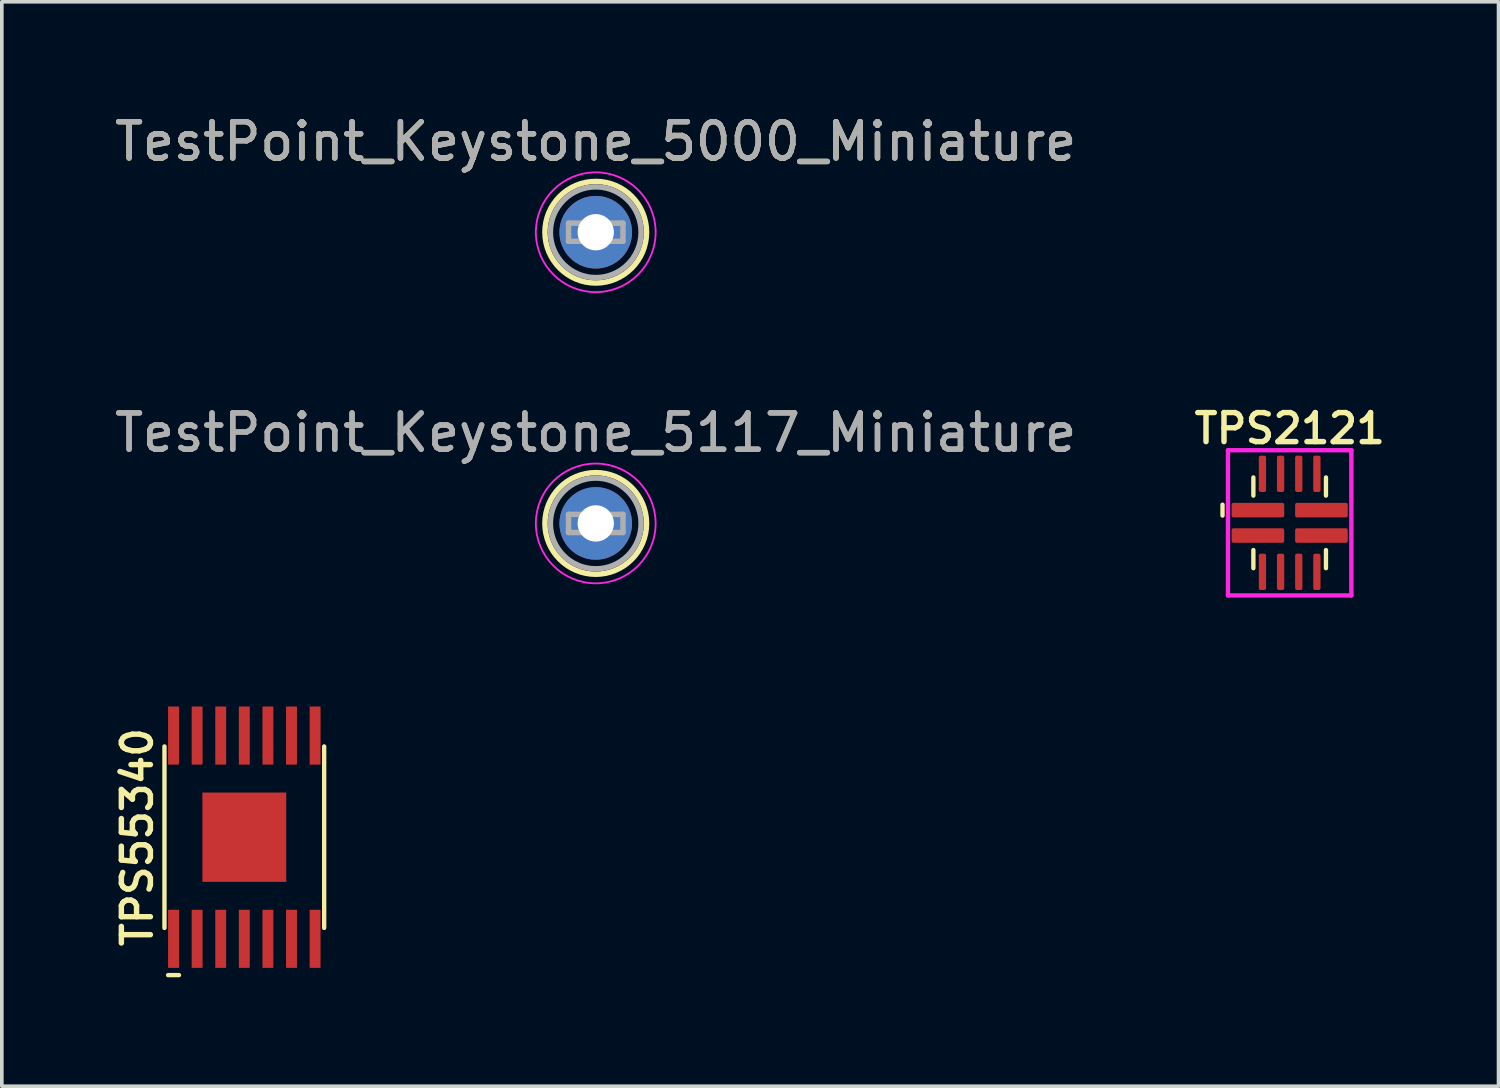
<source format=kicad_pcb>
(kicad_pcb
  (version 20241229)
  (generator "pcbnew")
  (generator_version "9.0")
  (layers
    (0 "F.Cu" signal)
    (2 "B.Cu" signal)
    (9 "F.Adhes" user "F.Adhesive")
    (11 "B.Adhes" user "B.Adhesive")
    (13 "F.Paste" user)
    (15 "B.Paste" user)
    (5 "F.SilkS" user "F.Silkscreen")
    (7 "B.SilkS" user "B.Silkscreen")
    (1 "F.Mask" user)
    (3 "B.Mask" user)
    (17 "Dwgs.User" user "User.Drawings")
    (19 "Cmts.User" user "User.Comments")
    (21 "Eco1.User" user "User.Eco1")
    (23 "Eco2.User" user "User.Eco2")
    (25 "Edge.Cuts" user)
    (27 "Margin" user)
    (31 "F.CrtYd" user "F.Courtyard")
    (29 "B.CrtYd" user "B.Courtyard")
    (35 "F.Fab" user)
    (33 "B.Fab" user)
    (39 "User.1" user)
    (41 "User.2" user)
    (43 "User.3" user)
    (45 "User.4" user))
  (footprint "TestPoint_Keystone_5000_Miniature"
    (layer "F.Cu")
    (at 13.363 3.348)
    (property "Reference" "TestPoint_Keystone_5000_Miniature" (at 0 -2.5 0) (layer "F.SilkS") (effects (font (size 1 1) (thickness 0.15))))
    (attr through_hole)
    (fp_circle (center 0 0) (end 1.4 0) (stroke (width 0.15) (type solid)) (fill no) (layer "F.SilkS"))
    (fp_circle (center 0 0) (end 1.65 0) (stroke (width 0.05) (type solid)) (fill no) (layer "F.CrtYd"))
    (fp_line (start -0.75 -0.25) (end 0.75 -0.25) (stroke (width 0.15) (type solid)) (layer "F.Fab"))
    (fp_line (start -0.75 0.25) (end -0.75 -0.25) (stroke (width 0.15) (type solid)) (layer "F.Fab"))
    (fp_line (start 0.75 -0.25) (end 0.75 0.25) (stroke (width 0.15) (type solid)) (layer "F.Fab"))
    (fp_line (start 0.75 0.25) (end -0.75 0.25) (stroke (width 0.15) (type solid)) (layer "F.Fab"))
    (fp_circle (center 0 0) (end 1.25 0) (stroke (width 0.15) (type solid)) (fill no) (layer "F.Fab"))
    (fp_text user "${REFERENCE}" (at 0 -2.5 0) (layer "F.Fab") (effects (font (size 1 1) (thickness 0.15))))
    (pad "1" thru_hole circle (at 0 0) (size 2 2) (drill 1) (layers "*.Cu" "*.Mask")))
  (footprint "TPS55340"
    (layer "F.Cu")
    (at 3.681 20.015)
    (property "Reference" "TPS55340" (at -2.95 0 90) (layer "F.SilkS") (effects (font (size 0.8 0.8) (thickness 0.15))))
    (attr smd)
    (fp_line (start -2.2 2.5) (end -2.2 -2.5) (stroke (width 0.12) (type solid)) (layer "F.SilkS"))
    (fp_line (start -2.1 3.8) (end -1.8 3.8) (stroke (width 0.12) (type solid)) (layer "F.SilkS"))
    (fp_line (start 2.2 -2.5) (end 2.2 2.5) (stroke (width 0.12) (type solid)) (layer "F.SilkS"))
    (pad "1" smd rect (at -1.95 2.8) (size 0.3 1.6) (layers "F.Cu" "F.Mask" "F.Paste"))
    (pad "2" smd rect (at -1.3 2.8) (size 0.3 1.6) (layers "F.Cu" "F.Mask" "F.Paste"))
    (pad "3" smd rect (at -0.65 2.8) (size 0.3 1.6) (layers "F.Cu" "F.Mask" "F.Paste"))
    (pad "4" smd rect (at 0 2.8) (size 0.3 1.6) (layers "F.Cu" "F.Mask" "F.Paste"))
    (pad "5" smd rect (at 0.65 2.8) (size 0.3 1.6) (layers "F.Cu" "F.Mask" "F.Paste"))
    (pad "6" smd rect (at 1.3 2.8) (size 0.3 1.6) (layers "F.Cu" "F.Mask" "F.Paste"))
    (pad "7" smd rect (at 1.95 2.8) (size 0.3 1.6) (layers "F.Cu" "F.Mask" "F.Paste"))
    (pad "8" smd rect (at 1.95 -2.8) (size 0.3 1.6) (layers "F.Cu" "F.Mask" "F.Paste"))
    (pad "9" smd rect (at 1.3 -2.8) (size 0.3 1.6) (layers "F.Cu" "F.Mask" "F.Paste"))
    (pad "10" smd rect (at 0.65 -2.8) (size 0.3 1.6) (layers "F.Cu" "F.Mask" "F.Paste"))
    (pad "11" smd rect (at 0 -2.8) (size 0.3 1.6) (layers "F.Cu" "F.Mask" "F.Paste"))
    (pad "12" smd rect (at -0.65 -2.8) (size 0.3 1.6) (layers "F.Cu" "F.Mask" "F.Paste"))
    (pad "13" smd rect (at -1.3 -2.8) (size 0.3 1.6) (layers "F.Cu" "F.Mask" "F.Paste"))
    (pad "14" smd rect (at -1.95 -2.8) (size 0.3 1.6) (layers "F.Cu" "F.Mask" "F.Paste"))
    (pad "14" smd rect (at 0 0) (size 2.31 2.46) (layers "F.Cu" "F.Mask" "F.Paste")))
  (footprint "TestPoint_Keystone_5117_Miniature"
    (layer "F.Cu")
    (at 13.363 11.371)
    (property "Reference" "TestPoint_Keystone_5117_Miniature" (at 0 -2.5 0) (layer "F.Fab") (effects (font (size 1 1) (thickness 0.15))))
    (attr through_hole)
    (fp_circle (center 0 0) (end 1.4 0) (stroke (width 0.15) (type solid)) (fill no) (layer "F.SilkS"))
    (fp_circle (center 0 0) (end 1.65 0) (stroke (width 0.05) (type solid)) (fill no) (layer "F.CrtYd"))
    (fp_line (start -0.75 -0.25) (end 0.75 -0.25) (stroke (width 0.15) (type solid)) (layer "F.Fab"))
    (fp_line (start -0.75 0.25) (end -0.75 -0.25) (stroke (width 0.15) (type solid)) (layer "F.Fab"))
    (fp_line (start 0.75 -0.25) (end 0.75 0.25) (stroke (width 0.15) (type solid)) (layer "F.Fab"))
    (fp_line (start 0.75 0.25) (end -0.75 0.25) (stroke (width 0.15) (type solid)) (layer "F.Fab"))
    (fp_circle (center 0 0) (end 1.25 0) (stroke (width 0.15) (type solid)) (fill no) (layer "F.Fab"))
    (fp_text user "${REFERENCE}" (at 0 -2.5 0) (layer "F.Fab") (effects (font (size 1 1) (thickness 0.15))))
    (pad "1" thru_hole circle (at 0 0) (size 2 2) (drill 1) (layers "*.Cu" "*.Mask")))
  (footprint "TPS2121"
    (layer "F.Cu")
    (at 32.481 11.354)
    (property "Reference" "TPS2121" (at 0 -2.6 180) (layer "F.SilkS") (effects (font (size 0.8 0.8) (thickness 0.15))))
    (attr smd)
    (fp_line (start -1.85 -0.5) (end -1.85 -0.2) (stroke (width 0.12) (type solid)) (layer "F.SilkS"))
    (fp_line (start -1 -1.25) (end -1 -0.75) (stroke (width 0.12) (type solid)) (layer "F.SilkS"))
    (fp_line (start -1 0.75) (end -1 1.25) (stroke (width 0.12) (type solid)) (layer "F.SilkS"))
    (fp_line (start 1 -1.25) (end 1 -0.75) (stroke (width 0.12) (type solid)) (layer "F.SilkS"))
    (fp_line (start 1 1.25) (end 1 0.75) (stroke (width 0.12) (type solid)) (layer "F.SilkS"))
    (fp_line (start -1.7 -2) (end 1.7 -2) (stroke (width 0.12) (type solid)) (layer "F.CrtYd"))
    (fp_line (start -1.7 2) (end -1.7 -2) (stroke (width 0.12) (type solid)) (layer "F.CrtYd"))
    (fp_line (start 1.7 -2) (end 1.7 2) (stroke (width 0.12) (type solid)) (layer "F.CrtYd"))
    (fp_line (start 1.7 2) (end -1.7 2) (stroke (width 0.12) (type solid)) (layer "F.CrtYd"))
    (pad "1" smd roundrect (at -0.875 -0.35) (size 1.45 0.4) (layers "F.Cu" "F.Mask" "F.Paste") (roundrect_rratio 0.125))
    (pad "2" smd roundrect (at -0.875 0.35) (size 1.45 0.4) (layers "F.Cu" "F.Mask" "F.Paste") (roundrect_rratio 0.125))
    (pad "3" smd roundrect (at -0.75 1.35) (size 0.2 1) (layers "F.Cu" "F.Mask" "F.Paste") (roundrect_rratio 0.25))
    (pad "4" smd roundrect (at -0.25 1.35) (size 0.2 1) (layers "F.Cu" "F.Mask" "F.Paste") (roundrect_rratio 0.25))
    (pad "5" smd roundrect (at 0.25 1.35) (size 0.2 1) (layers "F.Cu" "F.Mask" "F.Paste") (roundrect_rratio 0.25))
    (pad "6" smd roundrect (at 0.75 1.35) (size 0.2 1) (layers "F.Cu" "F.Mask" "F.Paste") (roundrect_rratio 0.25))
    (pad "7" smd roundrect (at 0.875 0.35) (size 1.45 0.4) (layers "F.Cu" "F.Mask" "F.Paste") (roundrect_rratio 0.125))
    (pad "8" smd roundrect (at 0.875 -0.35) (size 1.45 0.4) (layers "F.Cu" "F.Mask" "F.Paste") (roundrect_rratio 0.125))
    (pad "9" smd roundrect (at 0.75 -1.35) (size 0.2 1) (layers "F.Cu" "F.Mask" "F.Paste") (roundrect_rratio 0.25))
    (pad "10" smd roundrect (at 0.25 -1.35) (size 0.2 1) (layers "F.Cu" "F.Mask" "F.Paste") (roundrect_rratio 0.25))
    (pad "11" smd roundrect (at -0.25 -1.35) (size 0.2 1) (layers "F.Cu" "F.Mask" "F.Paste") (roundrect_rratio 0.25))
    (pad "12" smd roundrect (at -0.75 -1.35) (size 0.2 1) (layers "F.Cu" "F.Mask" "F.Paste") (roundrect_rratio 0.25)))
  (gr_rect
    (start -3 -3)
    (end 38.235 26.875)
    (stroke (width 0.1) (type default))
    (fill no)
    (layer "Edge.Cuts")))
</source>
